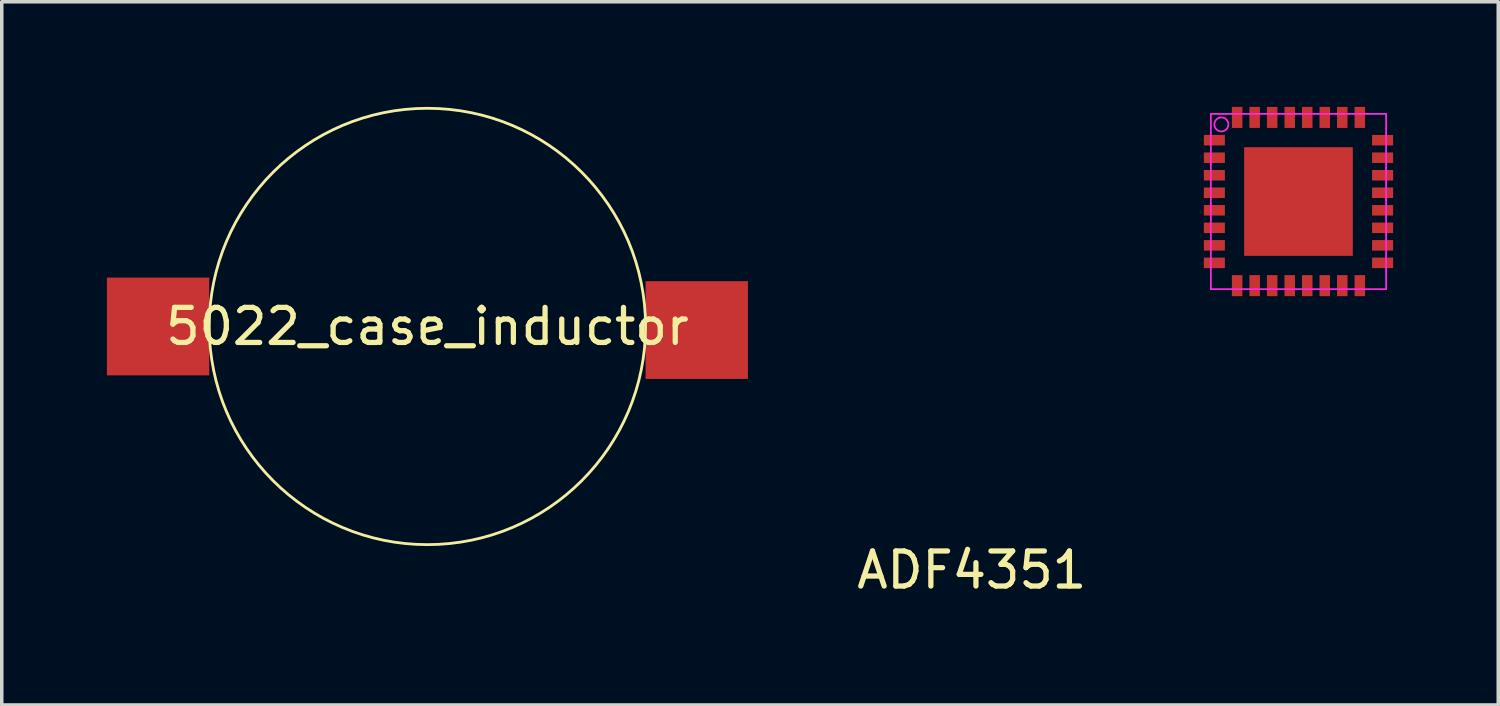
<source format=kicad_pcb>
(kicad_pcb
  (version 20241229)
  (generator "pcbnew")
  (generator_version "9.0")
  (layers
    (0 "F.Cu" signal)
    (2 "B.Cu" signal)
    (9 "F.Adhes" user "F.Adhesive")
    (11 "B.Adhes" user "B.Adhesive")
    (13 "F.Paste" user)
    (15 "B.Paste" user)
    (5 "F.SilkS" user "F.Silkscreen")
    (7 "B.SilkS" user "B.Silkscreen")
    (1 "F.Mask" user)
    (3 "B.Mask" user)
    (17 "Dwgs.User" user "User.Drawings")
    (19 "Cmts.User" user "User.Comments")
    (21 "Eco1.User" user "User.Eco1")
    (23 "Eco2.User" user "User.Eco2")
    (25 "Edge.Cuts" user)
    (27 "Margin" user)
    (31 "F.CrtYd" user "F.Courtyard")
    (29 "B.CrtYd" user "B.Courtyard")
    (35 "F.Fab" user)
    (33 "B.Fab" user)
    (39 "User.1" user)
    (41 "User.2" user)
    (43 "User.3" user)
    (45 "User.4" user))
  (footprint "5022_case_inductor"
    (layer "F.Cu")
    (at 9.145 6.265)
    (property "Reference" "5022_case_inductor" (at 0 0 0) (layer "F.SilkS") (effects (font (size 1 1) (thickness 0.15))))
    (attr through_hole)
    (fp_circle (center 0 0) (end 6.225 0) (stroke (width 0.08) (type solid)) (fill no) (layer "F.SilkS"))
    (pad "1" smd rect (at -7.685 0) (size 2.92 2.79) (layers "F.Cu" "F.Mask" "F.Paste"))
    (pad "2" smd rect (at 7.685 0.102) (size 2.92 2.79) (layers "F.Cu" "F.Mask" "F.Paste")))
  (footprint "ADF4351"
    (layer "F.Cu")
    (at 33.999 2.7)
    (property "Reference" "ADF4351" (at -9.322 10.516 0) (layer "F.SilkS") (effects (font (size 1 1) (thickness 0.15))))
    (attr through_hole)
    (fp_line (start -2.5 -2.5) (end -2.5 2.5) (stroke (width 0.05) (type solid)) (layer "F.CrtYd"))
    (fp_line (start -2.5 -2.5) (end 2.5 -2.5) (stroke (width 0.05) (type solid)) (layer "F.CrtYd"))
    (fp_line (start -2.5 2.5) (end 2.5 2.5) (stroke (width 0.05) (type solid)) (layer "F.CrtYd"))
    (fp_line (start 2.5 -2.5) (end 2.5 2.5) (stroke (width 0.05) (type solid)) (layer "F.CrtYd"))
    (fp_circle (center -2.2 -2.2) (end -2 -2.2) (stroke (width 0.05) (type solid)) (fill no) (layer "F.CrtYd"))
    (pad "1" smd rect (at -2.5 -1.75) (size 0.6 0.3) (drill (offset 0.1 0)) (layers "F.Cu" "F.Mask" "F.Paste"))
    (pad "2" smd rect (at -2.5 -1.25) (size 0.6 0.3) (drill (offset 0.1 0)) (layers "F.Cu" "F.Mask" "F.Paste"))
    (pad "3" smd rect (at -2.5 -0.75) (size 0.6 0.3) (drill (offset 0.1 0)) (layers "F.Cu" "F.Mask" "F.Paste"))
    (pad "4" smd rect (at -2.5 -0.25) (size 0.6 0.3) (drill (offset 0.1 0)) (layers "F.Cu" "F.Mask" "F.Paste"))
    (pad "5" smd rect (at -2.5 0.25) (size 0.6 0.3) (drill (offset 0.1 0)) (layers "F.Cu" "F.Mask" "F.Paste"))
    (pad "6" smd rect (at -2.5 0.75) (size 0.6 0.3) (drill (offset 0.1 0)) (layers "F.Cu" "F.Mask" "F.Paste"))
    (pad "7" smd rect (at -2.5 1.25) (size 0.6 0.3) (drill (offset 0.1 0)) (layers "F.Cu" "F.Mask" "F.Paste"))
    (pad "8" smd rect (at -2.5 1.75) (size 0.6 0.3) (drill (offset 0.1 0)) (layers "F.Cu" "F.Mask" "F.Paste"))
    (pad "9" smd rect (at -1.75 2.5) (size 0.3 0.6) (drill (offset 0 -0.1)) (layers "F.Cu" "F.Mask" "F.Paste"))
    (pad "10" smd rect (at -1.25 2.5) (size 0.3 0.6) (drill (offset 0 -0.1)) (layers "F.Cu" "F.Mask" "F.Paste"))
    (pad "11" smd rect (at -0.75 2.5) (size 0.3 0.6) (drill (offset 0 -0.1)) (layers "F.Cu" "F.Mask" "F.Paste"))
    (pad "12" smd rect (at -0.25 2.5) (size 0.3 0.6) (drill (offset 0 -0.1)) (layers "F.Cu" "F.Mask" "F.Paste"))
    (pad "13" smd rect (at 0.25 2.5) (size 0.3 0.6) (drill (offset 0 -0.1)) (layers "F.Cu" "F.Mask" "F.Paste"))
    (pad "14" smd rect (at 0.75 2.5) (size 0.3 0.6) (drill (offset 0 -0.1)) (layers "F.Cu" "F.Mask" "F.Paste"))
    (pad "15" smd rect (at 1.25 2.5) (size 0.3 0.6) (drill (offset 0 -0.1)) (layers "F.Cu" "F.Mask" "F.Paste"))
    (pad "16" smd rect (at 1.75 2.5) (size 0.3 0.6) (drill (offset 0 -0.1)) (layers "F.Cu" "F.Mask" "F.Paste"))
    (pad "17" smd rect (at 2.5 1.75) (size 0.6 0.3) (drill (offset -0.1 0)) (layers "F.Cu" "F.Mask" "F.Paste"))
    (pad "18" smd rect (at 2.5 1.25) (size 0.6 0.3) (drill (offset -0.1 0)) (layers "F.Cu" "F.Mask" "F.Paste"))
    (pad "19" smd rect (at 2.5 0.75) (size 0.6 0.3) (drill (offset -0.1 0)) (layers "F.Cu" "F.Mask" "F.Paste"))
    (pad "20" smd rect (at 2.5 0.25) (size 0.6 0.3) (drill (offset -0.1 0)) (layers "F.Cu" "F.Mask" "F.Paste"))
    (pad "21" smd rect (at 2.5 -0.25) (size 0.6 0.3) (drill (offset -0.1 0)) (layers "F.Cu" "F.Mask" "F.Paste"))
    (pad "22" smd rect (at 2.5 -0.75) (size 0.6 0.3) (drill (offset -0.1 0)) (layers "F.Cu" "F.Mask" "F.Paste"))
    (pad "23" smd rect (at 2.5 -1.25) (size 0.6 0.3) (drill (offset -0.1 0)) (layers "F.Cu" "F.Mask" "F.Paste"))
    (pad "24" smd rect (at 2.5 -1.75) (size 0.6 0.3) (drill (offset -0.1 0)) (layers "F.Cu" "F.Mask" "F.Paste"))
    (pad "25" smd rect (at 1.75 -2.5) (size 0.3 0.6) (drill (offset 0 0.1)) (layers "F.Cu" "F.Mask" "F.Paste"))
    (pad "26" smd rect (at 1.25 -2.5) (size 0.3 0.6) (drill (offset 0 0.1)) (layers "F.Cu" "F.Mask" "F.Paste"))
    (pad "27" smd rect (at 0.75 -2.5) (size 0.3 0.6) (drill (offset 0 0.1)) (layers "F.Cu" "F.Mask" "F.Paste"))
    (pad "28" smd rect (at 0.25 -2.5) (size 0.3 0.6) (drill (offset 0 0.1)) (layers "F.Cu" "F.Mask" "F.Paste"))
    (pad "29" smd rect (at -0.25 -2.5) (size 0.3 0.6) (drill (offset 0 0.1)) (layers "F.Cu" "F.Mask" "F.Paste"))
    (pad "30" smd rect (at -0.75 -2.5) (size 0.3 0.6) (drill (offset 0 0.1)) (layers "F.Cu" "F.Mask" "F.Paste"))
    (pad "31" smd rect (at -1.25 -2.5) (size 0.3 0.6) (drill (offset 0 0.1)) (layers "F.Cu" "F.Mask" "F.Paste"))
    (pad "32" smd rect (at -1.75 -2.5) (size 0.3 0.6) (drill (offset 0 0.1)) (layers "F.Cu" "F.Mask" "F.Paste"))
    (pad "GND" smd rect (at 0 0) (size 3.1 3.1) (layers "F.Cu" "F.Mask" "F.Paste")))
  (gr_rect
    (start -3 -3)
    (end 39.699 17.064)
    (stroke (width 0.1) (type default))
    (fill no)
    (layer "Edge.Cuts")))
</source>
